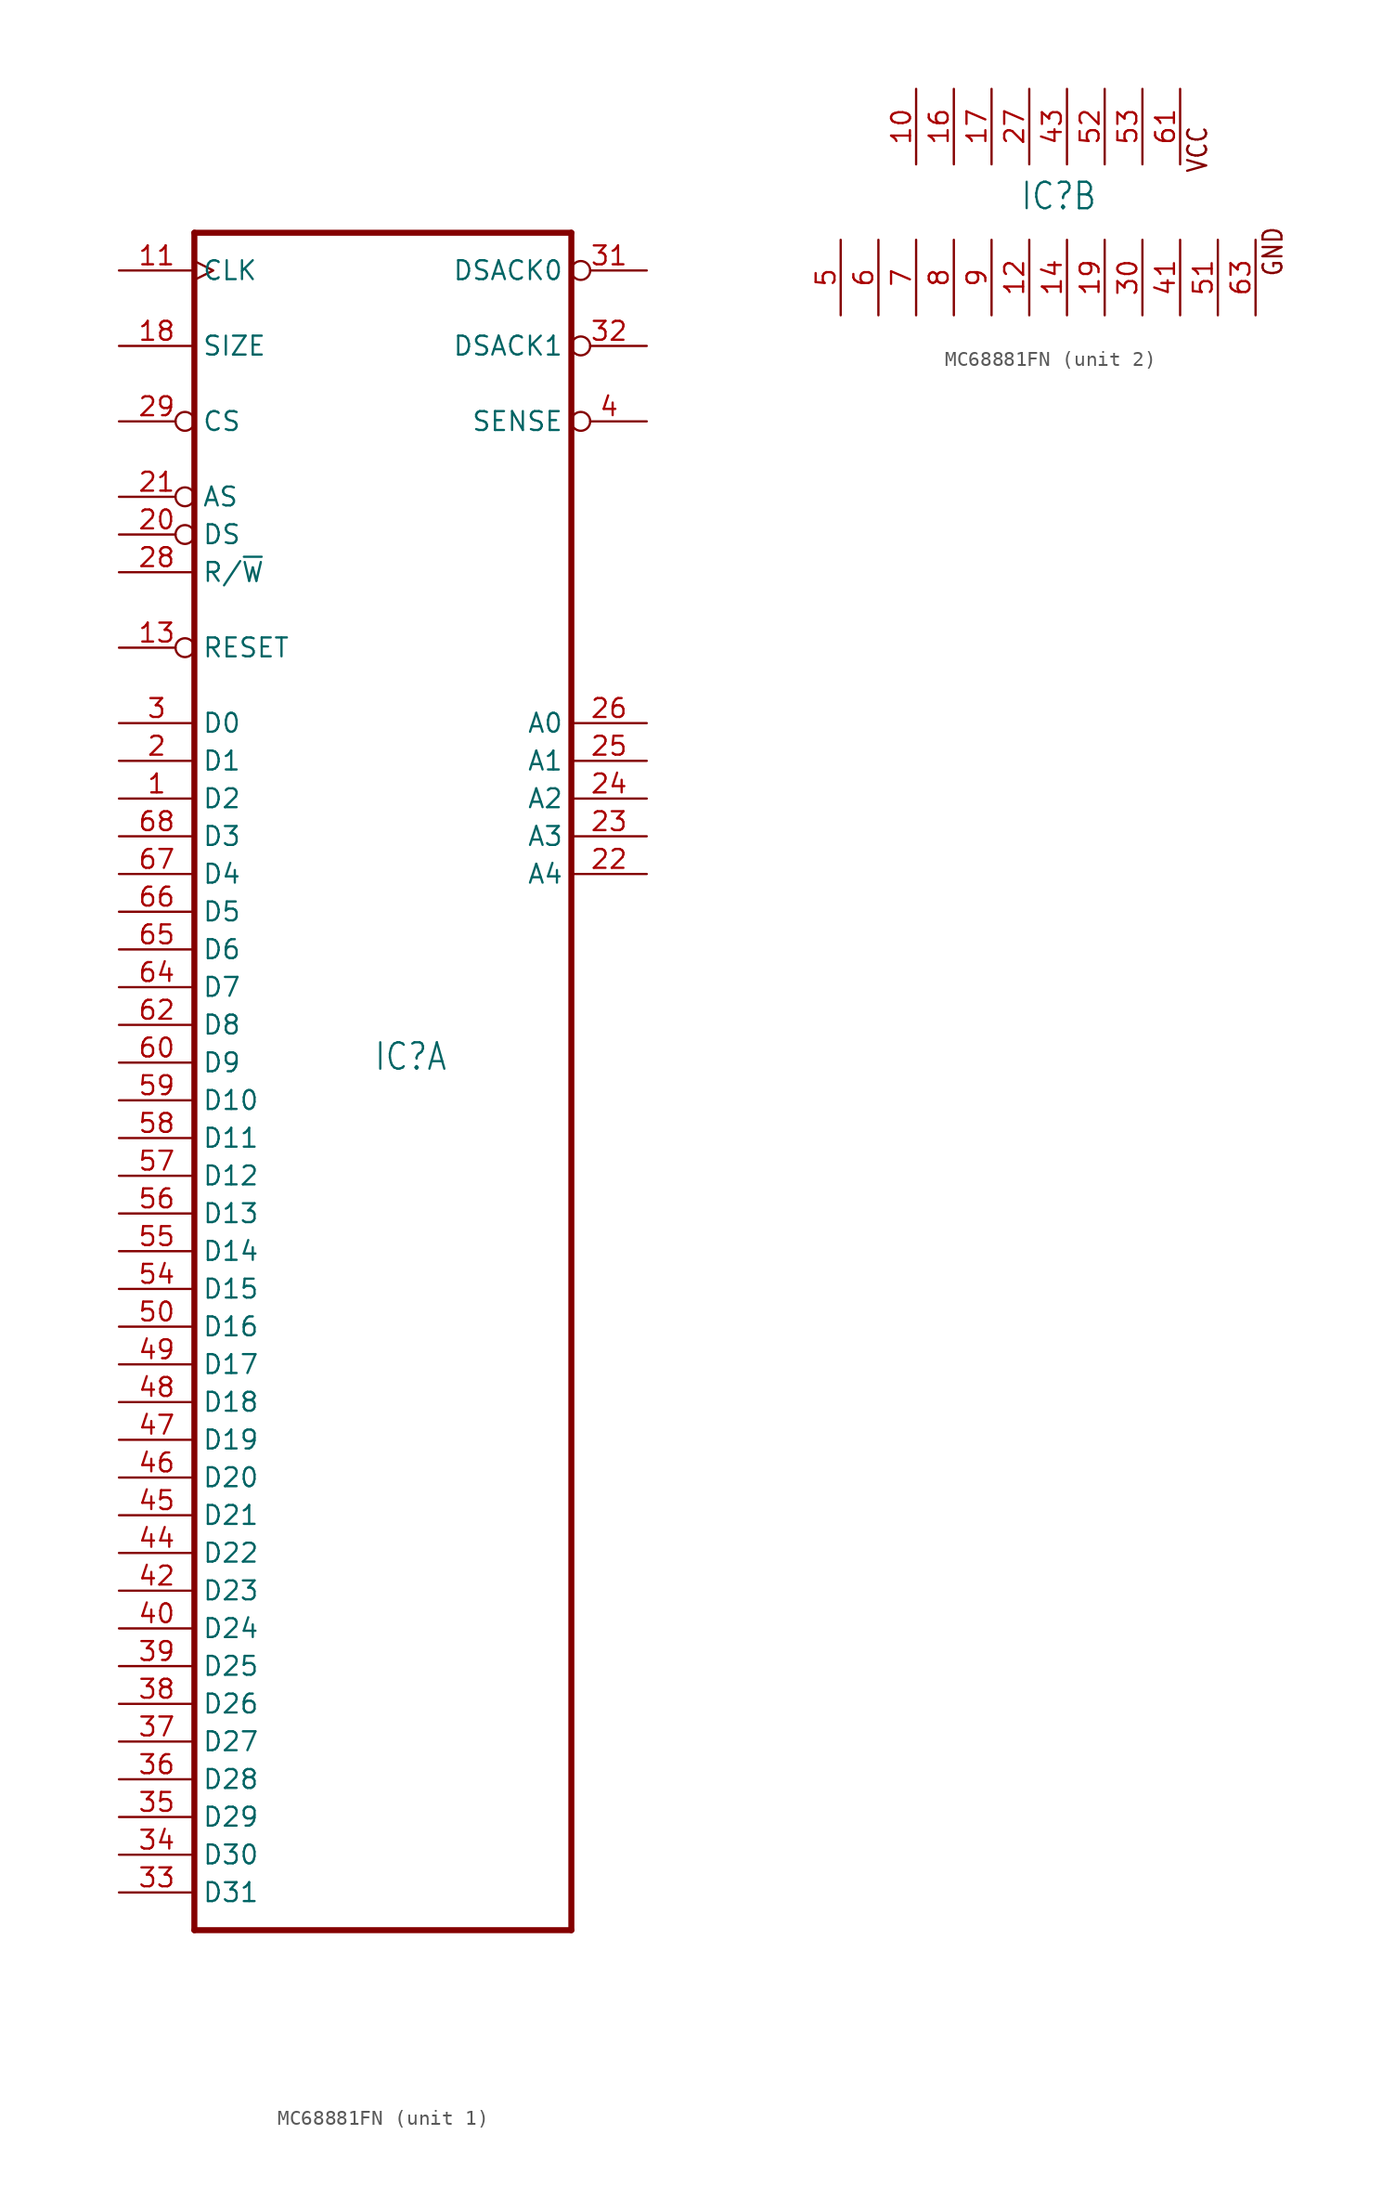
<source format=kicad_sym>
(kicad_symbol_lib
  (version 20231120)
  (generator "kicad_symbol_editor")
  (generator_version "8.0")
  (symbol "MC68881FN"
    (property "Reference" "IC"
      (at -0.635 -0.635 0)
      (effects (font (size 1.778 1.511)) (justify left bottom)))
    (property "ki_locked" ""
      (at 0 0 0)
      (effects (font (size 1.27 1.27))))
    (symbol "MC68881FN_1_0"
      (polyline (pts (xy -12.7 -58.42) (xy -12.7 55.88)) (stroke (width 0.406) (type default)) (fill (type none)))
      (polyline (pts (xy -12.7 -58.42) (xy 12.7 -58.42)) (stroke (width 0.406) (type default)) (fill (type none)))
      (polyline (pts (xy 12.7 55.88) (xy -12.7 55.88)) (stroke (width 0.406) (type default)) (fill (type none)))
      (polyline (pts (xy 12.7 55.88) (xy 12.7 -58.42)) (stroke (width 0.406) (type default)) (fill (type none)))
      (pin bidirectional line (at -17.78 17.78 0) (length 5.08) (name "D2" (effects (font (size 1.27 1.27)))) (number "1" (effects (font (size 1.27 1.27)))))
      (pin input clock (at -17.78 53.34 0) (length 5.08) (name "CLK" (effects (font (size 1.27 1.27)))) (number "11" (effects (font (size 1.27 1.27)))))
      (pin input inverted (at -17.78 27.94 0) (length 5.08) (name "RESET" (effects (font (size 1.27 1.27)))) (number "13" (effects (font (size 1.27 1.27)))))
      (pin input line (at -17.78 48.26 0) (length 5.08) (name "SIZE" (effects (font (size 1.27 1.27)))) (number "18" (effects (font (size 1.27 1.27)))))
      (pin bidirectional line (at -17.78 20.32 0) (length 5.08) (name "D1" (effects (font (size 1.27 1.27)))) (number "2" (effects (font (size 1.27 1.27)))))
      (pin input inverted (at -17.78 35.56 0) (length 5.08) (name "DS" (effects (font (size 1.27 1.27)))) (number "20" (effects (font (size 1.27 1.27)))))
      (pin input inverted (at -17.78 38.1 0) (length 5.08) (name "AS" (effects (font (size 1.27 1.27)))) (number "21" (effects (font (size 1.27 1.27)))))
      (pin input line (at 17.78 12.7 180) (length 5.08) (name "A4" (effects (font (size 1.27 1.27)))) (number "22" (effects (font (size 1.27 1.27)))))
      (pin input line (at 17.78 15.24 180) (length 5.08) (name "A3" (effects (font (size 1.27 1.27)))) (number "23" (effects (font (size 1.27 1.27)))))
      (pin input line (at 17.78 17.78 180) (length 5.08) (name "A2" (effects (font (size 1.27 1.27)))) (number "24" (effects (font (size 1.27 1.27)))))
      (pin input line (at 17.78 20.32 180) (length 5.08) (name "A1" (effects (font (size 1.27 1.27)))) (number "25" (effects (font (size 1.27 1.27)))))
      (pin input line (at 17.78 22.86 180) (length 5.08) (name "A0" (effects (font (size 1.27 1.27)))) (number "26" (effects (font (size 1.27 1.27)))))
      (pin input line (at -17.78 33.02 0) (length 5.08) (name "R/~{W}" (effects (font (size 1.27 1.27)))) (number "28" (effects (font (size 1.27 1.27)))))
      (pin input inverted (at -17.78 43.18 0) (length 5.08) (name "CS" (effects (font (size 1.27 1.27)))) (number "29" (effects (font (size 1.27 1.27)))))
      (pin bidirectional line (at -17.78 22.86 0) (length 5.08) (name "D0" (effects (font (size 1.27 1.27)))) (number "3" (effects (font (size 1.27 1.27)))))
      (pin output inverted (at 17.78 53.34 180) (length 5.08) (name "DSACK0" (effects (font (size 1.27 1.27)))) (number "31" (effects (font (size 1.27 1.27)))))
      (pin output inverted (at 17.78 48.26 180) (length 5.08) (name "DSACK1" (effects (font (size 1.27 1.27)))) (number "32" (effects (font (size 1.27 1.27)))))
      (pin bidirectional line (at -17.78 -55.88 0) (length 5.08) (name "D31" (effects (font (size 1.27 1.27)))) (number "33" (effects (font (size 1.27 1.27)))))
      (pin bidirectional line (at -17.78 -53.34 0) (length 5.08) (name "D30" (effects (font (size 1.27 1.27)))) (number "34" (effects (font (size 1.27 1.27)))))
      (pin bidirectional line (at -17.78 -50.8 0) (length 5.08) (name "D29" (effects (font (size 1.27 1.27)))) (number "35" (effects (font (size 1.27 1.27)))))
      (pin bidirectional line (at -17.78 -48.26 0) (length 5.08) (name "D28" (effects (font (size 1.27 1.27)))) (number "36" (effects (font (size 1.27 1.27)))))
      (pin bidirectional line (at -17.78 -45.72 0) (length 5.08) (name "D27" (effects (font (size 1.27 1.27)))) (number "37" (effects (font (size 1.27 1.27)))))
      (pin bidirectional line (at -17.78 -43.18 0) (length 5.08) (name "D26" (effects (font (size 1.27 1.27)))) (number "38" (effects (font (size 1.27 1.27)))))
      (pin bidirectional line (at -17.78 -40.64 0) (length 5.08) (name "D25" (effects (font (size 1.27 1.27)))) (number "39" (effects (font (size 1.27 1.27)))))
      (pin bidirectional inverted (at 17.78 43.18 180) (length 5.08) (name "SENSE" (effects (font (size 1.27 1.27)))) (number "4" (effects (font (size 1.27 1.27)))))
      (pin bidirectional line (at -17.78 -38.1 0) (length 5.08) (name "D24" (effects (font (size 1.27 1.27)))) (number "40" (effects (font (size 1.27 1.27)))))
      (pin bidirectional line (at -17.78 -35.56 0) (length 5.08) (name "D23" (effects (font (size 1.27 1.27)))) (number "42" (effects (font (size 1.27 1.27)))))
      (pin bidirectional line (at -17.78 -33.02 0) (length 5.08) (name "D22" (effects (font (size 1.27 1.27)))) (number "44" (effects (font (size 1.27 1.27)))))
      (pin bidirectional line (at -17.78 -30.48 0) (length 5.08) (name "D21" (effects (font (size 1.27 1.27)))) (number "45" (effects (font (size 1.27 1.27)))))
      (pin bidirectional line (at -17.78 -27.94 0) (length 5.08) (name "D20" (effects (font (size 1.27 1.27)))) (number "46" (effects (font (size 1.27 1.27)))))
      (pin bidirectional line (at -17.78 -25.4 0) (length 5.08) (name "D19" (effects (font (size 1.27 1.27)))) (number "47" (effects (font (size 1.27 1.27)))))
      (pin bidirectional line (at -17.78 -22.86 0) (length 5.08) (name "D18" (effects (font (size 1.27 1.27)))) (number "48" (effects (font (size 1.27 1.27)))))
      (pin bidirectional line (at -17.78 -20.32 0) (length 5.08) (name "D17" (effects (font (size 1.27 1.27)))) (number "49" (effects (font (size 1.27 1.27)))))
      (pin bidirectional line (at -17.78 -17.78 0) (length 5.08) (name "D16" (effects (font (size 1.27 1.27)))) (number "50" (effects (font (size 1.27 1.27)))))
      (pin bidirectional line (at -17.78 -15.24 0) (length 5.08) (name "D15" (effects (font (size 1.27 1.27)))) (number "54" (effects (font (size 1.27 1.27)))))
      (pin bidirectional line (at -17.78 -12.7 0) (length 5.08) (name "D14" (effects (font (size 1.27 1.27)))) (number "55" (effects (font (size 1.27 1.27)))))
      (pin bidirectional line (at -17.78 -10.16 0) (length 5.08) (name "D13" (effects (font (size 1.27 1.27)))) (number "56" (effects (font (size 1.27 1.27)))))
      (pin bidirectional line (at -17.78 -7.62 0) (length 5.08) (name "D12" (effects (font (size 1.27 1.27)))) (number "57" (effects (font (size 1.27 1.27)))))
      (pin bidirectional line (at -17.78 -5.08 0) (length 5.08) (name "D11" (effects (font (size 1.27 1.27)))) (number "58" (effects (font (size 1.27 1.27)))))
      (pin bidirectional line (at -17.78 -2.54 0) (length 5.08) (name "D10" (effects (font (size 1.27 1.27)))) (number "59" (effects (font (size 1.27 1.27)))))
      (pin bidirectional line (at -17.78 0 0) (length 5.08) (name "D9" (effects (font (size 1.27 1.27)))) (number "60" (effects (font (size 1.27 1.27)))))
      (pin bidirectional line (at -17.78 2.54 0) (length 5.08) (name "D8" (effects (font (size 1.27 1.27)))) (number "62" (effects (font (size 1.27 1.27)))))
      (pin bidirectional line (at -17.78 5.08 0) (length 5.08) (name "D7" (effects (font (size 1.27 1.27)))) (number "64" (effects (font (size 1.27 1.27)))))
      (pin bidirectional line (at -17.78 7.62 0) (length 5.08) (name "D6" (effects (font (size 1.27 1.27)))) (number "65" (effects (font (size 1.27 1.27)))))
      (pin bidirectional line (at -17.78 10.16 0) (length 5.08) (name "D5" (effects (font (size 1.27 1.27)))) (number "66" (effects (font (size 1.27 1.27)))))
      (pin bidirectional line (at -17.78 12.7 0) (length 5.08) (name "D4" (effects (font (size 1.27 1.27)))) (number "67" (effects (font (size 1.27 1.27)))))
      (pin bidirectional line (at -17.78 15.24 0) (length 5.08) (name "D3" (effects (font (size 1.27 1.27)))) (number "68" (effects (font (size 1.27 1.27))))))
    (symbol "MC68881FN_2_0"
      (text "GND" (at 17.145 -5.08 900) (effects (font (size 1.27 1.079)) (justify left bottom)))
      (text "VCC" (at 12.065 1.905 900) (effects (font (size 1.27 1.079)) (justify left bottom)))
      (pin power_in line (at -7.62 7.62 270) (length 5.08) (name "VCC@1" (effects (font (size 0 0)))) (number "10" (effects (font (size 1.27 1.27)))))
      (pin power_in line (at 0 -7.62 90) (length 5.08) (name "GND@6" (effects (font (size 0 0)))) (number "12" (effects (font (size 1.27 1.27)))))
      (pin power_in line (at 2.54 -7.62 90) (length 5.08) (name "GND@7" (effects (font (size 0 0)))) (number "14" (effects (font (size 1.27 1.27)))))
      (pin power_in line (at -5.08 7.62 270) (length 5.08) (name "VCC@2" (effects (font (size 0 0)))) (number "16" (effects (font (size 1.27 1.27)))))
      (pin power_in line (at -2.54 7.62 270) (length 5.08) (name "VCC@3" (effects (font (size 0 0)))) (number "17" (effects (font (size 1.27 1.27)))))
      (pin power_in line (at 5.08 -7.62 90) (length 5.08) (name "GND@8" (effects (font (size 0 0)))) (number "19" (effects (font (size 1.27 1.27)))))
      (pin power_in line (at 0 7.62 270) (length 5.08) (name "VCC@4" (effects (font (size 0 0)))) (number "27" (effects (font (size 1.27 1.27)))))
      (pin power_in line (at 7.62 -7.62 90) (length 5.08) (name "GND@9" (effects (font (size 0 0)))) (number "30" (effects (font (size 1.27 1.27)))))
      (pin power_in line (at 10.16 -7.62 90) (length 5.08) (name "GND@10" (effects (font (size 0 0)))) (number "41" (effects (font (size 1.27 1.27)))))
      (pin power_in line (at 2.54 7.62 270) (length 5.08) (name "VCC@5" (effects (font (size 0 0)))) (number "43" (effects (font (size 1.27 1.27)))))
      (pin power_in line (at -12.7 -7.62 90) (length 5.08) (name "GND@1" (effects (font (size 0 0)))) (number "5" (effects (font (size 1.27 1.27)))))
      (pin power_in line (at 12.7 -7.62 90) (length 5.08) (name "GND@11" (effects (font (size 0 0)))) (number "51" (effects (font (size 1.27 1.27)))))
      (pin power_in line (at 5.08 7.62 270) (length 5.08) (name "VCC@6" (effects (font (size 0 0)))) (number "52" (effects (font (size 1.27 1.27)))))
      (pin power_in line (at 7.62 7.62 270) (length 5.08) (name "VCC@7" (effects (font (size 0 0)))) (number "53" (effects (font (size 1.27 1.27)))))
      (pin power_in line (at -10.16 -7.62 90) (length 5.08) (name "GND@2" (effects (font (size 0 0)))) (number "6" (effects (font (size 1.27 1.27)))))
      (pin power_in line (at 10.16 7.62 270) (length 5.08) (name "VCC@8" (effects (font (size 0 0)))) (number "61" (effects (font (size 1.27 1.27)))))
      (pin power_in line (at 15.24 -7.62 90) (length 5.08) (name "GND@12" (effects (font (size 0 0)))) (number "63" (effects (font (size 1.27 1.27)))))
      (pin power_in line (at -7.62 -7.62 90) (length 5.08) (name "GND@3" (effects (font (size 0 0)))) (number "7" (effects (font (size 1.27 1.27)))))
      (pin power_in line (at -5.08 -7.62 90) (length 5.08) (name "GND@4" (effects (font (size 0 0)))) (number "8" (effects (font (size 1.27 1.27)))))
      (pin power_in line (at -2.54 -7.62 90) (length 5.08) (name "GND@5" (effects (font (size 0 0)))) (number "9" (effects (font (size 1.27 1.27))))))))
</source>
